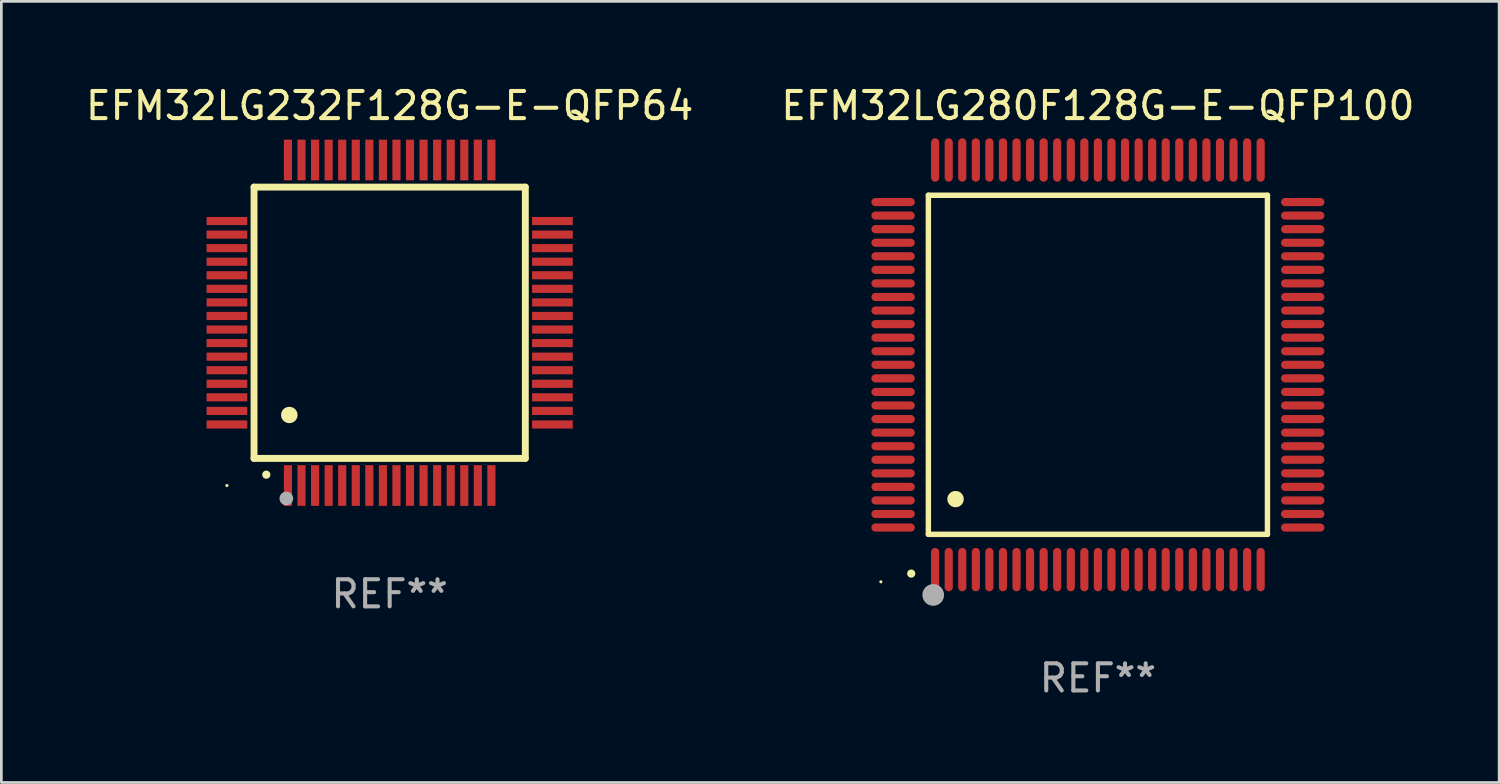
<source format=kicad_pcb>
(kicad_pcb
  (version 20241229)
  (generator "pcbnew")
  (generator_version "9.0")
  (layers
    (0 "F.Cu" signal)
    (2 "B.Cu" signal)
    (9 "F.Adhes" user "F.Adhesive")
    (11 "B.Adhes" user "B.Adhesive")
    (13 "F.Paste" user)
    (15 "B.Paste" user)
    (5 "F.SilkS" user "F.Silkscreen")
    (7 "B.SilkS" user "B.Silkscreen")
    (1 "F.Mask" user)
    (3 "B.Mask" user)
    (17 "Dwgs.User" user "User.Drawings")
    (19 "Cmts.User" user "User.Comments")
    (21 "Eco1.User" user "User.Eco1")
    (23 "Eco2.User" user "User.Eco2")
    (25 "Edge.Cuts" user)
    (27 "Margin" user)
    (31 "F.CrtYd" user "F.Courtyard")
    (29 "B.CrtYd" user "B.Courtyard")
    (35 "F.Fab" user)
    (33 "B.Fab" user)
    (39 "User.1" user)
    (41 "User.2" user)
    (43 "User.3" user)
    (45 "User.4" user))
  (footprint "EFM32LG280F128G-E-QFP100"
    (layer "F.Cu")
    (at 37.423 10.398)
    (property "Reference" "EFM32LG280F128G-E-QFP100" (at 0 -9.55 0) (layer "F.SilkS") (effects (font (size 1 1) (thickness 0.15))))
    (attr through_hole)
    (fp_line (start -6.25 -6.25) (end -6.25 6.25) (stroke (width 0.2) (type solid)) (layer "F.SilkS"))
    (fp_line (start -6.25 6.25) (end 6.25 6.25) (stroke (width 0.2) (type solid)) (layer "F.SilkS"))
    (fp_line (start 6.25 -6.25) (end -6.25 -6.25) (stroke (width 0.2) (type solid)) (layer "F.SilkS"))
    (fp_line (start 6.25 6.25) (end 6.25 -6.25) (stroke (width 0.2) (type solid)) (layer "F.SilkS"))
    (fp_arc (start -6.883414 7.696215) (mid -6.882144 7.69621) (end -6.880874 7.696215) (stroke (width 0.3) (type solid)) (layer "F.SilkS"))
    (fp_arc (start -5.250191 4.95047) (mid -5.247651 4.950459) (end -5.245111 4.95047) (stroke (width 0.6) (type solid)) (layer "F.SilkS"))
    (fp_circle (center -8 8) (end -7.97 8) (stroke (width 0.06) (type solid)) (fill no) (layer "F.SilkS"))
    (fp_circle (center -6.071 8.484) (end -5.871 8.484) (stroke (width 0.4) (type solid)) (fill no) (layer "F.Fab"))
    (fp_text user "REF**" (at 0 11.55 0) (layer "F.Fab") (effects (font (size 1 1) (thickness 0.15))))
    (pad "1" smd oval (at -6 7.55) (size 0.3 1.6) (layers "F.Cu" "F.Mask" "F.Paste"))
    (pad "2" smd oval (at -5.5 7.55) (size 0.3 1.6) (layers "F.Cu" "F.Mask" "F.Paste"))
    (pad "3" smd oval (at -5 7.55) (size 0.3 1.6) (layers "F.Cu" "F.Mask" "F.Paste"))
    (pad "4" smd oval (at -4.5 7.55) (size 0.3 1.6) (layers "F.Cu" "F.Mask" "F.Paste"))
    (pad "5" smd oval (at -4 7.55) (size 0.3 1.6) (layers "F.Cu" "F.Mask" "F.Paste"))
    (pad "6" smd oval (at -3.5 7.55) (size 0.3 1.6) (layers "F.Cu" "F.Mask" "F.Paste"))
    (pad "7" smd oval (at -3 7.55) (size 0.3 1.6) (layers "F.Cu" "F.Mask" "F.Paste"))
    (pad "8" smd oval (at -2.5 7.55) (size 0.3 1.6) (layers "F.Cu" "F.Mask" "F.Paste"))
    (pad "9" smd oval (at -2 7.55) (size 0.3 1.6) (layers "F.Cu" "F.Mask" "F.Paste"))
    (pad "10" smd oval (at -1.5 7.55) (size 0.3 1.6) (layers "F.Cu" "F.Mask" "F.Paste"))
    (pad "11" smd oval (at -1 7.55) (size 0.3 1.6) (layers "F.Cu" "F.Mask" "F.Paste"))
    (pad "12" smd oval (at -0.5 7.55) (size 0.3 1.6) (layers "F.Cu" "F.Mask" "F.Paste"))
    (pad "13" smd oval (at 0 7.55) (size 0.3 1.6) (layers "F.Cu" "F.Mask" "F.Paste"))
    (pad "14" smd oval (at 0.5 7.55) (size 0.3 1.6) (layers "F.Cu" "F.Mask" "F.Paste"))
    (pad "15" smd oval (at 1 7.55) (size 0.3 1.6) (layers "F.Cu" "F.Mask" "F.Paste"))
    (pad "16" smd oval (at 1.5 7.55) (size 0.3 1.6) (layers "F.Cu" "F.Mask" "F.Paste"))
    (pad "17" smd oval (at 2 7.55) (size 0.3 1.6) (layers "F.Cu" "F.Mask" "F.Paste"))
    (pad "18" smd oval (at 2.5 7.55) (size 0.3 1.6) (layers "F.Cu" "F.Mask" "F.Paste"))
    (pad "19" smd oval (at 3 7.55) (size 0.3 1.6) (layers "F.Cu" "F.Mask" "F.Paste"))
    (pad "20" smd oval (at 3.5 7.55) (size 0.3 1.6) (layers "F.Cu" "F.Mask" "F.Paste"))
    (pad "21" smd oval (at 4 7.55) (size 0.3 1.6) (layers "F.Cu" "F.Mask" "F.Paste"))
    (pad "22" smd oval (at 4.5 7.55) (size 0.3 1.6) (layers "F.Cu" "F.Mask" "F.Paste"))
    (pad "23" smd oval (at 5 7.55) (size 0.3 1.6) (layers "F.Cu" "F.Mask" "F.Paste"))
    (pad "24" smd oval (at 5.5 7.55) (size 0.3 1.6) (layers "F.Cu" "F.Mask" "F.Paste"))
    (pad "25" smd oval (at 6 7.55) (size 0.3 1.6) (layers "F.Cu" "F.Mask" "F.Paste"))
    (pad "26" smd oval (at 7.55 6) (size 1.6 0.3) (layers "F.Cu" "F.Mask" "F.Paste"))
    (pad "27" smd oval (at 7.55 5.5) (size 1.6 0.3) (layers "F.Cu" "F.Mask" "F.Paste"))
    (pad "28" smd oval (at 7.55 5) (size 1.6 0.3) (layers "F.Cu" "F.Mask" "F.Paste"))
    (pad "29" smd oval (at 7.55 4.5) (size 1.6 0.3) (layers "F.Cu" "F.Mask" "F.Paste"))
    (pad "30" smd oval (at 7.55 4) (size 1.6 0.3) (layers "F.Cu" "F.Mask" "F.Paste"))
    (pad "31" smd oval (at 7.55 3.5) (size 1.6 0.3) (layers "F.Cu" "F.Mask" "F.Paste"))
    (pad "32" smd oval (at 7.55 3) (size 1.6 0.3) (layers "F.Cu" "F.Mask" "F.Paste"))
    (pad "33" smd oval (at 7.55 2.5) (size 1.6 0.3) (layers "F.Cu" "F.Mask" "F.Paste"))
    (pad "34" smd oval (at 7.55 2) (size 1.6 0.3) (layers "F.Cu" "F.Mask" "F.Paste"))
    (pad "35" smd oval (at 7.55 1.5) (size 1.6 0.3) (layers "F.Cu" "F.Mask" "F.Paste"))
    (pad "36" smd oval (at 7.55 1) (size 1.6 0.3) (layers "F.Cu" "F.Mask" "F.Paste"))
    (pad "37" smd oval (at 7.55 0.5) (size 1.6 0.3) (layers "F.Cu" "F.Mask" "F.Paste"))
    (pad "38" smd oval (at 7.55 0) (size 1.6 0.3) (layers "F.Cu" "F.Mask" "F.Paste"))
    (pad "39" smd oval (at 7.55 -0.5) (size 1.6 0.3) (layers "F.Cu" "F.Mask" "F.Paste"))
    (pad "40" smd oval (at 7.55 -1) (size 1.6 0.3) (layers "F.Cu" "F.Mask" "F.Paste"))
    (pad "41" smd oval (at 7.55 -1.5) (size 1.6 0.3) (layers "F.Cu" "F.Mask" "F.Paste"))
    (pad "42" smd oval (at 7.55 -2) (size 1.6 0.3) (layers "F.Cu" "F.Mask" "F.Paste"))
    (pad "43" smd oval (at 7.55 -2.5) (size 1.6 0.3) (layers "F.Cu" "F.Mask" "F.Paste"))
    (pad "44" smd oval (at 7.55 -3) (size 1.6 0.3) (layers "F.Cu" "F.Mask" "F.Paste"))
    (pad "45" smd oval (at 7.55 -3.5) (size 1.6 0.3) (layers "F.Cu" "F.Mask" "F.Paste"))
    (pad "46" smd oval (at 7.55 -4) (size 1.6 0.3) (layers "F.Cu" "F.Mask" "F.Paste"))
    (pad "47" smd oval (at 7.55 -4.5) (size 1.6 0.3) (layers "F.Cu" "F.Mask" "F.Paste"))
    (pad "48" smd oval (at 7.55 -5) (size 1.6 0.3) (layers "F.Cu" "F.Mask" "F.Paste"))
    (pad "49" smd oval (at 7.55 -5.5) (size 1.6 0.3) (layers "F.Cu" "F.Mask" "F.Paste"))
    (pad "50" smd oval (at 7.55 -6) (size 1.6 0.3) (layers "F.Cu" "F.Mask" "F.Paste"))
    (pad "51" smd oval (at 6 -7.55) (size 0.3 1.6) (layers "F.Cu" "F.Mask" "F.Paste"))
    (pad "52" smd oval (at 5.5 -7.55) (size 0.3 1.6) (layers "F.Cu" "F.Mask" "F.Paste"))
    (pad "53" smd oval (at 5 -7.55) (size 0.3 1.6) (layers "F.Cu" "F.Mask" "F.Paste"))
    (pad "54" smd oval (at 4.5 -7.55) (size 0.3 1.6) (layers "F.Cu" "F.Mask" "F.Paste"))
    (pad "55" smd oval (at 4 -7.55) (size 0.3 1.6) (layers "F.Cu" "F.Mask" "F.Paste"))
    (pad "56" smd oval (at 3.5 -7.55) (size 0.3 1.6) (layers "F.Cu" "F.Mask" "F.Paste"))
    (pad "57" smd oval (at 3 -7.55) (size 0.3 1.6) (layers "F.Cu" "F.Mask" "F.Paste"))
    (pad "58" smd oval (at 2.5 -7.55) (size 0.3 1.6) (layers "F.Cu" "F.Mask" "F.Paste"))
    (pad "59" smd oval (at 2 -7.55) (size 0.3 1.6) (layers "F.Cu" "F.Mask" "F.Paste"))
    (pad "60" smd oval (at 1.5 -7.55) (size 0.3 1.6) (layers "F.Cu" "F.Mask" "F.Paste"))
    (pad "61" smd oval (at 1 -7.55) (size 0.3 1.6) (layers "F.Cu" "F.Mask" "F.Paste"))
    (pad "62" smd oval (at 0.5 -7.55) (size 0.3 1.6) (layers "F.Cu" "F.Mask" "F.Paste"))
    (pad "63" smd oval (at 0 -7.55) (size 0.3 1.6) (layers "F.Cu" "F.Mask" "F.Paste"))
    (pad "64" smd oval (at -0.5 -7.55) (size 0.3 1.6) (layers "F.Cu" "F.Mask" "F.Paste"))
    (pad "65" smd oval (at -1 -7.55) (size 0.3 1.6) (layers "F.Cu" "F.Mask" "F.Paste"))
    (pad "66" smd oval (at -1.5 -7.55) (size 0.3 1.6) (layers "F.Cu" "F.Mask" "F.Paste"))
    (pad "67" smd oval (at -2 -7.55) (size 0.3 1.6) (layers "F.Cu" "F.Mask" "F.Paste"))
    (pad "68" smd oval (at -2.5 -7.55) (size 0.3 1.6) (layers "F.Cu" "F.Mask" "F.Paste"))
    (pad "69" smd oval (at -3 -7.55) (size 0.3 1.6) (layers "F.Cu" "F.Mask" "F.Paste"))
    (pad "70" smd oval (at -3.5 -7.55) (size 0.3 1.6) (layers "F.Cu" "F.Mask" "F.Paste"))
    (pad "71" smd oval (at -4 -7.55) (size 0.3 1.6) (layers "F.Cu" "F.Mask" "F.Paste"))
    (pad "72" smd oval (at -4.5 -7.55) (size 0.3 1.6) (layers "F.Cu" "F.Mask" "F.Paste"))
    (pad "73" smd oval (at -5 -7.55) (size 0.3 1.6) (layers "F.Cu" "F.Mask" "F.Paste"))
    (pad "74" smd oval (at -5.5 -7.55) (size 0.3 1.6) (layers "F.Cu" "F.Mask" "F.Paste"))
    (pad "75" smd oval (at -6 -7.55) (size 0.3 1.6) (layers "F.Cu" "F.Mask" "F.Paste"))
    (pad "76" smd oval (at -7.55 -6) (size 1.6 0.3) (layers "F.Cu" "F.Mask" "F.Paste"))
    (pad "77" smd oval (at -7.55 -5.5) (size 1.6 0.3) (layers "F.Cu" "F.Mask" "F.Paste"))
    (pad "78" smd oval (at -7.55 -5) (size 1.6 0.3) (layers "F.Cu" "F.Mask" "F.Paste"))
    (pad "79" smd oval (at -7.55 -4.5) (size 1.6 0.3) (layers "F.Cu" "F.Mask" "F.Paste"))
    (pad "80" smd oval (at -7.55 -4) (size 1.6 0.3) (layers "F.Cu" "F.Mask" "F.Paste"))
    (pad "81" smd oval (at -7.55 -3.5) (size 1.6 0.3) (layers "F.Cu" "F.Mask" "F.Paste"))
    (pad "82" smd oval (at -7.55 -3) (size 1.6 0.3) (layers "F.Cu" "F.Mask" "F.Paste"))
    (pad "83" smd oval (at -7.55 -2.5) (size 1.6 0.3) (layers "F.Cu" "F.Mask" "F.Paste"))
    (pad "84" smd oval (at -7.55 -2) (size 1.6 0.3) (layers "F.Cu" "F.Mask" "F.Paste"))
    (pad "85" smd oval (at -7.55 -1.5) (size 1.6 0.3) (layers "F.Cu" "F.Mask" "F.Paste"))
    (pad "86" smd oval (at -7.55 -1) (size 1.6 0.3) (layers "F.Cu" "F.Mask" "F.Paste"))
    (pad "87" smd oval (at -7.55 -0.5) (size 1.6 0.3) (layers "F.Cu" "F.Mask" "F.Paste"))
    (pad "88" smd oval (at -7.55 0) (size 1.6 0.3) (layers "F.Cu" "F.Mask" "F.Paste"))
    (pad "89" smd oval (at -7.55 0.5) (size 1.6 0.3) (layers "F.Cu" "F.Mask" "F.Paste"))
    (pad "90" smd oval (at -7.55 1) (size 1.6 0.3) (layers "F.Cu" "F.Mask" "F.Paste"))
    (pad "91" smd oval (at -7.55 1.5) (size 1.6 0.3) (layers "F.Cu" "F.Mask" "F.Paste"))
    (pad "92" smd oval (at -7.55 2) (size 1.6 0.3) (layers "F.Cu" "F.Mask" "F.Paste"))
    (pad "93" smd oval (at -7.55 2.5) (size 1.6 0.3) (layers "F.Cu" "F.Mask" "F.Paste"))
    (pad "94" smd oval (at -7.55 3) (size 1.6 0.3) (layers "F.Cu" "F.Mask" "F.Paste"))
    (pad "95" smd oval (at -7.55 3.5) (size 1.6 0.3) (layers "F.Cu" "F.Mask" "F.Paste"))
    (pad "96" smd oval (at -7.55 4) (size 1.6 0.3) (layers "F.Cu" "F.Mask" "F.Paste"))
    (pad "97" smd oval (at -7.55 4.5) (size 1.6 0.3) (layers "F.Cu" "F.Mask" "F.Paste"))
    (pad "98" smd oval (at -7.55 5) (size 1.6 0.3) (layers "F.Cu" "F.Mask" "F.Paste"))
    (pad "99" smd oval (at -7.55 5.5) (size 1.6 0.3) (layers "F.Cu" "F.Mask" "F.Paste"))
    (pad "100" smd oval (at -7.55 6) (size 1.6 0.3) (layers "F.Cu" "F.Mask" "F.Paste")))
  (footprint "EFM32LG232F128G-E-QFP64"
    (layer "F.Cu")
    (at 11.315 8.848)
    (property "Reference" "EFM32LG232F128G-E-QFP64" (at 0 -8 0) (layer "F.SilkS") (effects (font (size 1 1) (thickness 0.15))))
    (attr through_hole)
    (fp_line (start -5 -5) (end -5 5) (stroke (width 0.254) (type solid)) (layer "F.SilkS"))
    (fp_line (start -5 -5) (end 5 -5) (stroke (width 0.254) (type solid)) (layer "F.SilkS"))
    (fp_line (start -5 5) (end 5 5) (stroke (width 0.254) (type solid)) (layer "F.SilkS"))
    (fp_line (start 5 -5) (end 5 5) (stroke (width 0.254) (type solid)) (layer "F.SilkS"))
    (fp_arc (start -4.549987 5.6) (mid -4.548717 5.599995) (end -4.547447 5.6) (stroke (width 0.3) (type solid)) (layer "F.SilkS"))
    (fp_arc (start -3.703835 3.400076) (mid -3.700025 3.400052) (end -3.696215 3.400076) (stroke (width 0.6) (type solid)) (layer "F.SilkS"))
    (fp_circle (center -6 6) (end -5.97 6) (stroke (width 0.06) (type solid)) (fill no) (layer "F.SilkS"))
    (fp_circle (center -3.81 6.477) (end -3.683 6.477) (stroke (width 0.254) (type solid)) (fill no) (layer "F.Fab"))
    (fp_text user "REF**" (at 0 10 0) (layer "F.Fab") (effects (font (size 1 1) (thickness 0.15))))
    (pad "1" smd rect (at -3.75 6 180) (size 0.3 1.5) (layers "F.Cu" "F.Mask" "F.Paste"))
    (pad "2" smd rect (at -3.25 6 180) (size 0.3 1.5) (layers "F.Cu" "F.Mask" "F.Paste"))
    (pad "3" smd rect (at -2.75 6 180) (size 0.3 1.5) (layers "F.Cu" "F.Mask" "F.Paste"))
    (pad "4" smd rect (at -2.25 6 180) (size 0.3 1.5) (layers "F.Cu" "F.Mask" "F.Paste"))
    (pad "5" smd rect (at -1.75 6 180) (size 0.3 1.5) (layers "F.Cu" "F.Mask" "F.Paste"))
    (pad "6" smd rect (at -1.25 6 180) (size 0.3 1.5) (layers "F.Cu" "F.Mask" "F.Paste"))
    (pad "7" smd rect (at -0.75 6 180) (size 0.3 1.5) (layers "F.Cu" "F.Mask" "F.Paste"))
    (pad "8" smd rect (at -0.25 6 180) (size 0.3 1.5) (layers "F.Cu" "F.Mask" "F.Paste"))
    (pad "9" smd rect (at 0.25 6 180) (size 0.3 1.5) (layers "F.Cu" "F.Mask" "F.Paste"))
    (pad "10" smd rect (at 0.75 6 180) (size 0.3 1.5) (layers "F.Cu" "F.Mask" "F.Paste"))
    (pad "11" smd rect (at 1.25 6 180) (size 0.3 1.5) (layers "F.Cu" "F.Mask" "F.Paste"))
    (pad "12" smd rect (at 1.75 6 180) (size 0.3 1.5) (layers "F.Cu" "F.Mask" "F.Paste"))
    (pad "13" smd rect (at 2.25 6 180) (size 0.3 1.5) (layers "F.Cu" "F.Mask" "F.Paste"))
    (pad "14" smd rect (at 2.75 6 180) (size 0.3 1.5) (layers "F.Cu" "F.Mask" "F.Paste"))
    (pad "15" smd rect (at 3.25 6 180) (size 0.3 1.5) (layers "F.Cu" "F.Mask" "F.Paste"))
    (pad "16" smd rect (at 3.75 6 180) (size 0.3 1.5) (layers "F.Cu" "F.Mask" "F.Paste"))
    (pad "17" smd rect (at 6 3.75 90) (size 0.3 1.5) (layers "F.Cu" "F.Mask" "F.Paste"))
    (pad "18" smd rect (at 6 3.25 90) (size 0.3 1.5) (layers "F.Cu" "F.Mask" "F.Paste"))
    (pad "19" smd rect (at 6 2.75 90) (size 0.3 1.5) (layers "F.Cu" "F.Mask" "F.Paste"))
    (pad "20" smd rect (at 6 2.25 90) (size 0.3 1.5) (layers "F.Cu" "F.Mask" "F.Paste"))
    (pad "21" smd rect (at 6 1.75 90) (size 0.3 1.5) (layers "F.Cu" "F.Mask" "F.Paste"))
    (pad "22" smd rect (at 6 1.25 90) (size 0.3 1.5) (layers "F.Cu" "F.Mask" "F.Paste"))
    (pad "23" smd rect (at 6 0.75 90) (size 0.3 1.5) (layers "F.Cu" "F.Mask" "F.Paste"))
    (pad "24" smd rect (at 6 0.25 90) (size 0.3 1.5) (layers "F.Cu" "F.Mask" "F.Paste"))
    (pad "25" smd rect (at 6 -0.25 90) (size 0.3 1.5) (layers "F.Cu" "F.Mask" "F.Paste"))
    (pad "26" smd rect (at 6 -0.75 90) (size 0.3 1.5) (layers "F.Cu" "F.Mask" "F.Paste"))
    (pad "27" smd rect (at 6 -1.25 90) (size 0.3 1.5) (layers "F.Cu" "F.Mask" "F.Paste"))
    (pad "28" smd rect (at 6 -1.75 90) (size 0.3 1.5) (layers "F.Cu" "F.Mask" "F.Paste"))
    (pad "29" smd rect (at 6 -2.25 90) (size 0.3 1.5) (layers "F.Cu" "F.Mask" "F.Paste"))
    (pad "30" smd rect (at 6 -2.75 90) (size 0.3 1.5) (layers "F.Cu" "F.Mask" "F.Paste"))
    (pad "31" smd rect (at 6 -3.25 90) (size 0.3 1.5) (layers "F.Cu" "F.Mask" "F.Paste"))
    (pad "32" smd rect (at 6 -3.75 90) (size 0.3 1.5) (layers "F.Cu" "F.Mask" "F.Paste"))
    (pad "33" smd rect (at 3.75 -6 180) (size 0.3 1.5) (layers "F.Cu" "F.Mask" "F.Paste"))
    (pad "34" smd rect (at 3.25 -6 180) (size 0.3 1.5) (layers "F.Cu" "F.Mask" "F.Paste"))
    (pad "35" smd rect (at 2.75 -6 180) (size 0.3 1.5) (layers "F.Cu" "F.Mask" "F.Paste"))
    (pad "36" smd rect (at 2.25 -6 180) (size 0.3 1.5) (layers "F.Cu" "F.Mask" "F.Paste"))
    (pad "37" smd rect (at 1.75 -6 180) (size 0.3 1.5) (layers "F.Cu" "F.Mask" "F.Paste"))
    (pad "38" smd rect (at 1.25 -6 180) (size 0.3 1.5) (layers "F.Cu" "F.Mask" "F.Paste"))
    (pad "39" smd rect (at 0.75 -6 180) (size 0.3 1.5) (layers "F.Cu" "F.Mask" "F.Paste"))
    (pad "40" smd rect (at 0.25 -6 180) (size 0.3 1.5) (layers "F.Cu" "F.Mask" "F.Paste"))
    (pad "41" smd rect (at -0.25 -6 180) (size 0.3 1.5) (layers "F.Cu" "F.Mask" "F.Paste"))
    (pad "42" smd rect (at -0.75 -6 180) (size 0.3 1.5) (layers "F.Cu" "F.Mask" "F.Paste"))
    (pad "43" smd rect (at -1.25 -6 180) (size 0.3 1.5) (layers "F.Cu" "F.Mask" "F.Paste"))
    (pad "44" smd rect (at -1.75 -6 180) (size 0.3 1.5) (layers "F.Cu" "F.Mask" "F.Paste"))
    (pad "45" smd rect (at -2.25 -6 180) (size 0.3 1.5) (layers "F.Cu" "F.Mask" "F.Paste"))
    (pad "46" smd rect (at -2.75 -6 180) (size 0.3 1.5) (layers "F.Cu" "F.Mask" "F.Paste"))
    (pad "47" smd rect (at -3.25 -6 180) (size 0.3 1.5) (layers "F.Cu" "F.Mask" "F.Paste"))
    (pad "48" smd rect (at -3.75 -6 180) (size 0.3 1.5) (layers "F.Cu" "F.Mask" "F.Paste"))
    (pad "49" smd rect (at -6 -3.75 90) (size 0.3 1.5) (layers "F.Cu" "F.Mask" "F.Paste"))
    (pad "50" smd rect (at -6 -3.25 90) (size 0.3 1.5) (layers "F.Cu" "F.Mask" "F.Paste"))
    (pad "51" smd rect (at -6 -2.75 90) (size 0.3 1.5) (layers "F.Cu" "F.Mask" "F.Paste"))
    (pad "52" smd rect (at -6 -2.25 90) (size 0.3 1.5) (layers "F.Cu" "F.Mask" "F.Paste"))
    (pad "53" smd rect (at -6 -1.75 90) (size 0.3 1.5) (layers "F.Cu" "F.Mask" "F.Paste"))
    (pad "54" smd rect (at -6 -1.25 90) (size 0.3 1.5) (layers "F.Cu" "F.Mask" "F.Paste"))
    (pad "55" smd rect (at -6 -0.75 90) (size 0.3 1.5) (layers "F.Cu" "F.Mask" "F.Paste"))
    (pad "56" smd rect (at -6 -0.25 90) (size 0.3 1.5) (layers "F.Cu" "F.Mask" "F.Paste"))
    (pad "57" smd rect (at -6 0.25 90) (size 0.3 1.5) (layers "F.Cu" "F.Mask" "F.Paste"))
    (pad "58" smd rect (at -6 0.75 90) (size 0.3 1.5) (layers "F.Cu" "F.Mask" "F.Paste"))
    (pad "59" smd rect (at -6 1.25 90) (size 0.3 1.5) (layers "F.Cu" "F.Mask" "F.Paste"))
    (pad "60" smd rect (at -6 1.75 90) (size 0.3 1.5) (layers "F.Cu" "F.Mask" "F.Paste"))
    (pad "61" smd rect (at -6 2.25 90) (size 0.3 1.5) (layers "F.Cu" "F.Mask" "F.Paste"))
    (pad "62" smd rect (at -6 2.75 90) (size 0.3 1.5) (layers "F.Cu" "F.Mask" "F.Paste"))
    (pad "63" smd rect (at -6 3.25 90) (size 0.3 1.5) (layers "F.Cu" "F.Mask" "F.Paste"))
    (pad "64" smd rect (at -6 3.75 90) (size 0.3 1.5) (layers "F.Cu" "F.Mask" "F.Paste")))
  (gr_rect
    (start -3 -3)
    (end 52.214 25.796)
    (stroke (width 0.1) (type default))
    (fill no)
    (layer "Edge.Cuts")))
</source>
